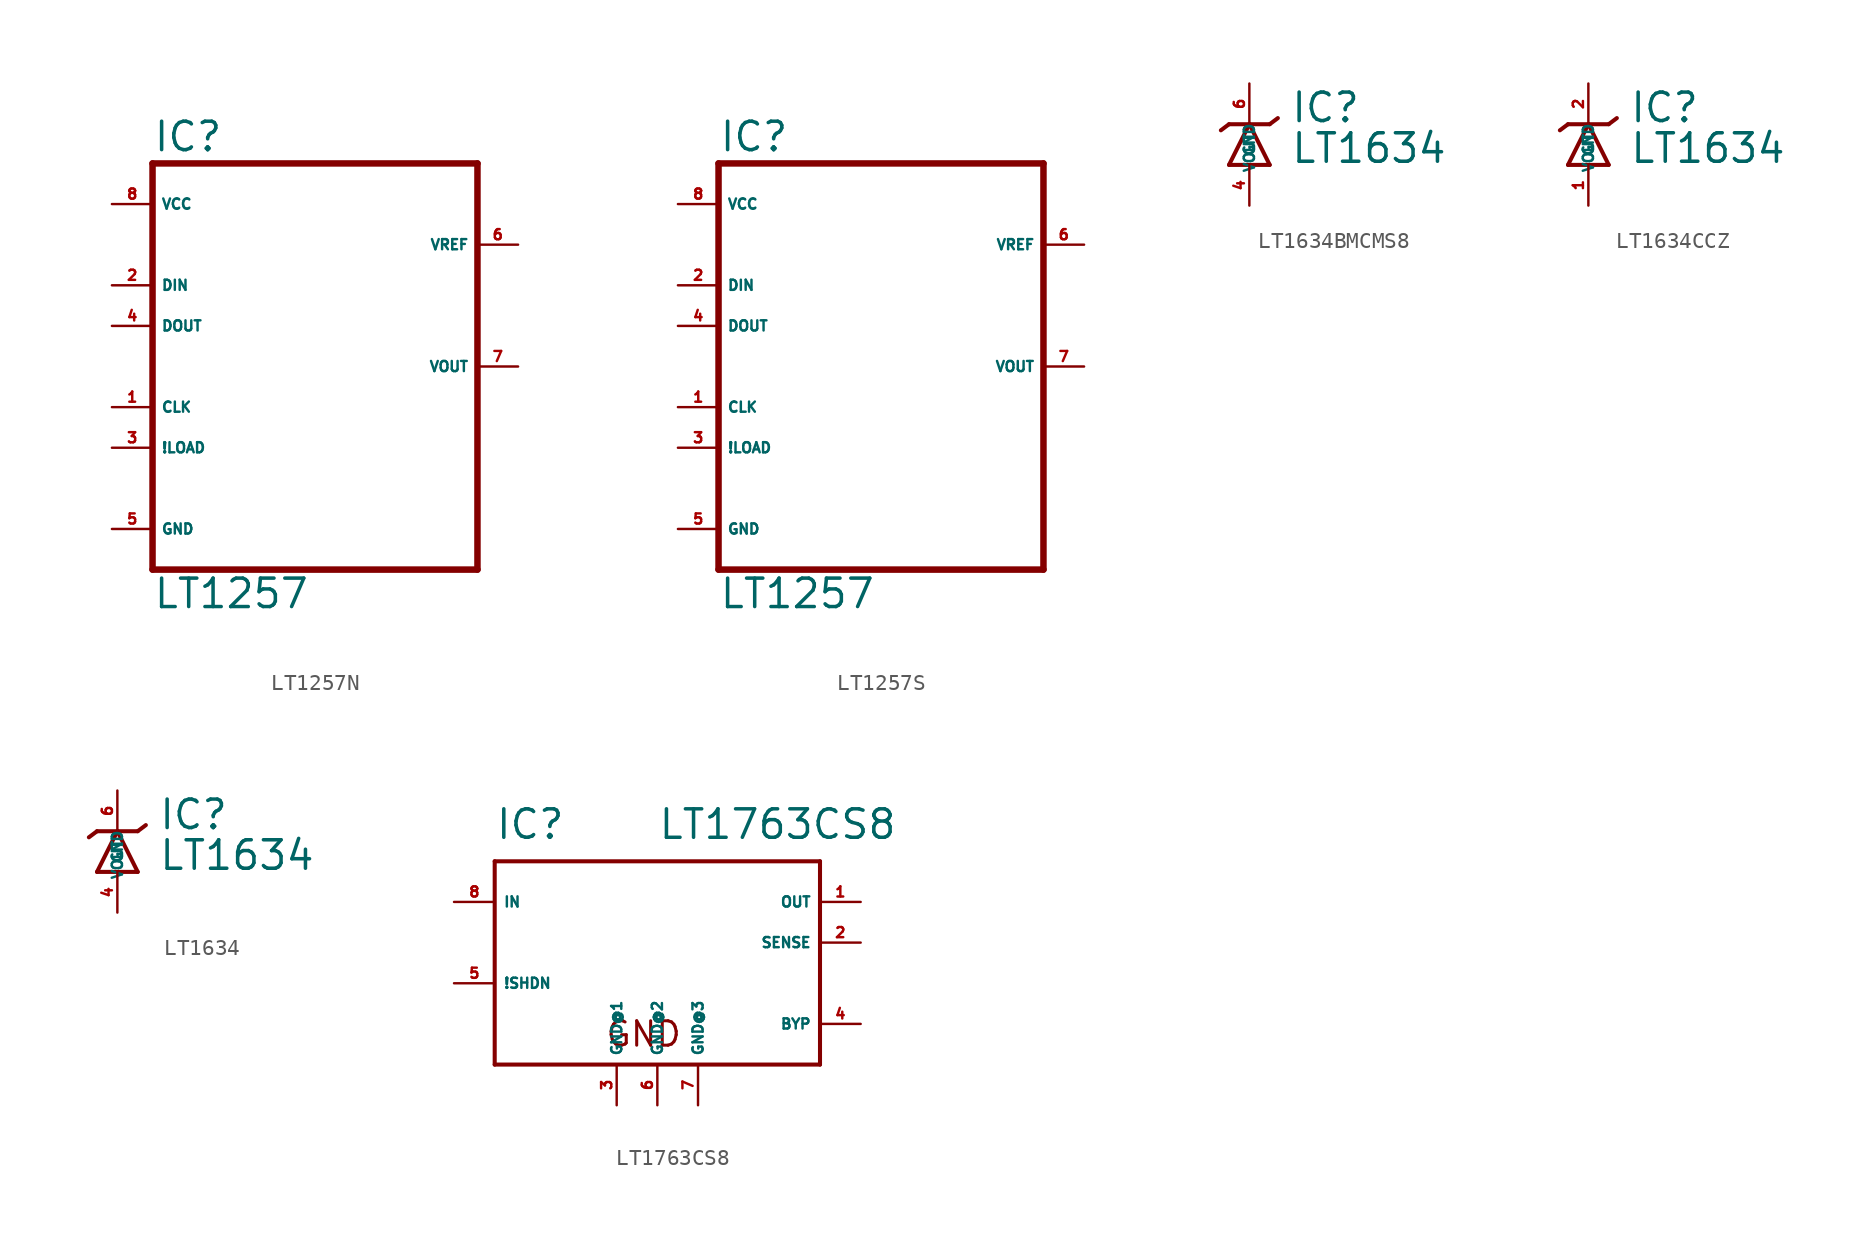
<source format=kicad_sym>
(kicad_symbol_lib
  (version 20220914)
  (generator Eagle2Kicad)
  (symbol "LT1257N"
    (property "Reference" "IC"
      (at -10.16 13.335 0)
      (effects (font (size 1.778 1.778) (thickness 0.22)) (justify left bottom)))
    (property "Value" "LT1257"
      (at -10.16 -15.24 0)
      (effects (font (size 1.778 1.778) (thickness 0.22)) (justify left bottom)))
    (polyline
      (pts (xy -10.16 -12.7) (xy 10.16 -12.7))
      (stroke (width 0.406) (type default))
      (fill (type none)))
    (polyline
      (pts (xy 10.16 -12.7) (xy 10.16 12.7))
      (stroke (width 0.406) (type default))
      (fill (type none)))
    (polyline
      (pts (xy 10.16 12.7) (xy -10.16 12.7))
      (stroke (width 0.406) (type default))
      (fill (type none)))
    (polyline
      (pts (xy -10.16 12.7) (xy -10.16 -12.7))
      (stroke (width 0.406) (type default))
      (fill (type none)))
    (pin output line
      (at -12.7 2.54 0)
      (length 2.54)
      (name "DOUT" (effects (font (size 0.635 0.635) (thickness 0.08)) (justify left bottom)))
      (number "4" (effects (font (size 0.635 0.635) (thickness 0.08)) (justify left bottom))))
    (pin output line
      (at 12.7 0 180)
      (length 2.54)
      (name "VOUT" (effects (font (size 0.635 0.635) (thickness 0.08)) (justify left bottom)))
      (number "7" (effects (font (size 0.635 0.635) (thickness 0.08)) (justify left bottom))))
    (pin input line
      (at -12.7 5.08 0)
      (length 2.54)
      (name "DIN" (effects (font (size 0.635 0.635) (thickness 0.08)) (justify left bottom)))
      (number "2" (effects (font (size 0.635 0.635) (thickness 0.08)) (justify left bottom))))
    (pin input line
      (at 12.7 7.62 180)
      (length 2.54)
      (name "VREF" (effects (font (size 0.635 0.635) (thickness 0.08)) (justify left bottom)))
      (number "6" (effects (font (size 0.635 0.635) (thickness 0.08)) (justify left bottom))))
    (pin unspecified line
      (at -12.7 -10.16 0)
      (length 2.54)
      (name "GND" (effects (font (size 0.635 0.635) (thickness 0.08)) (justify left bottom)))
      (number "5" (effects (font (size 0.635 0.635) (thickness 0.08)) (justify left bottom))))
    (pin unspecified line
      (at -12.7 10.16 0)
      (length 2.54)
      (name "VCC" (effects (font (size 0.635 0.635) (thickness 0.08)) (justify left bottom)))
      (number "8" (effects (font (size 0.635 0.635) (thickness 0.08)) (justify left bottom))))
    (pin input line
      (at -12.7 -2.54 0)
      (length 2.54)
      (name "CLK" (effects (font (size 0.635 0.635) (thickness 0.08)) (justify left bottom)))
      (number "1" (effects (font (size 0.635 0.635) (thickness 0.08)) (justify left bottom))))
    (pin input line
      (at -12.7 -5.08 0)
      (length 2.54)
      (name "!LOAD" (effects (font (size 0.635 0.635) (thickness 0.08)) (justify left bottom)))
      (number "3" (effects (font (size 0.635 0.635) (thickness 0.08)) (justify left bottom)))))
  (symbol "LT1257S"
    (property "Reference" "IC"
      (at -10.16 13.335 0)
      (effects (font (size 1.778 1.778) (thickness 0.22)) (justify left bottom)))
    (property "Value" "LT1257"
      (at -10.16 -15.24 0)
      (effects (font (size 1.778 1.778) (thickness 0.22)) (justify left bottom)))
    (polyline
      (pts (xy -10.16 -12.7) (xy 10.16 -12.7))
      (stroke (width 0.406) (type default))
      (fill (type none)))
    (polyline
      (pts (xy 10.16 -12.7) (xy 10.16 12.7))
      (stroke (width 0.406) (type default))
      (fill (type none)))
    (polyline
      (pts (xy 10.16 12.7) (xy -10.16 12.7))
      (stroke (width 0.406) (type default))
      (fill (type none)))
    (polyline
      (pts (xy -10.16 12.7) (xy -10.16 -12.7))
      (stroke (width 0.406) (type default))
      (fill (type none)))
    (pin output line
      (at -12.7 2.54 0)
      (length 2.54)
      (name "DOUT" (effects (font (size 0.635 0.635) (thickness 0.08)) (justify left bottom)))
      (number "4" (effects (font (size 0.635 0.635) (thickness 0.08)) (justify left bottom))))
    (pin output line
      (at 12.7 0 180)
      (length 2.54)
      (name "VOUT" (effects (font (size 0.635 0.635) (thickness 0.08)) (justify left bottom)))
      (number "7" (effects (font (size 0.635 0.635) (thickness 0.08)) (justify left bottom))))
    (pin input line
      (at -12.7 5.08 0)
      (length 2.54)
      (name "DIN" (effects (font (size 0.635 0.635) (thickness 0.08)) (justify left bottom)))
      (number "2" (effects (font (size 0.635 0.635) (thickness 0.08)) (justify left bottom))))
    (pin input line
      (at 12.7 7.62 180)
      (length 2.54)
      (name "VREF" (effects (font (size 0.635 0.635) (thickness 0.08)) (justify left bottom)))
      (number "6" (effects (font (size 0.635 0.635) (thickness 0.08)) (justify left bottom))))
    (pin unspecified line
      (at -12.7 -10.16 0)
      (length 2.54)
      (name "GND" (effects (font (size 0.635 0.635) (thickness 0.08)) (justify left bottom)))
      (number "5" (effects (font (size 0.635 0.635) (thickness 0.08)) (justify left bottom))))
    (pin unspecified line
      (at -12.7 10.16 0)
      (length 2.54)
      (name "VCC" (effects (font (size 0.635 0.635) (thickness 0.08)) (justify left bottom)))
      (number "8" (effects (font (size 0.635 0.635) (thickness 0.08)) (justify left bottom))))
    (pin input line
      (at -12.7 -2.54 0)
      (length 2.54)
      (name "CLK" (effects (font (size 0.635 0.635) (thickness 0.08)) (justify left bottom)))
      (number "1" (effects (font (size 0.635 0.635) (thickness 0.08)) (justify left bottom))))
    (pin input line
      (at -12.7 -5.08 0)
      (length 2.54)
      (name "!LOAD" (effects (font (size 0.635 0.635) (thickness 0.08)) (justify left bottom)))
      (number "3" (effects (font (size 0.635 0.635) (thickness 0.08)) (justify left bottom)))))
  (symbol "LT1634BMCMS8"
    (property "Reference" "IC"
      (at 2.54 2.54 0)
      (effects (font (size 1.778 1.778) (thickness 0.22)) (justify left bottom)))
    (property "Value" "LT1634"
      (at 2.54 0 0)
      (effects (font (size 1.778 1.778) (thickness 0.22)) (justify left bottom)))
    (polyline
      (pts (xy 1.27 0) (xy 0 2.54))
      (stroke (width 0.254) (type default))
      (fill (type none)))
    (polyline
      (pts (xy 0 2.54) (xy -1.27 0))
      (stroke (width 0.254) (type default))
      (fill (type none)))
    (polyline
      (pts (xy -1.778 2.159) (xy -1.27 2.54))
      (stroke (width 0.254) (type default))
      (fill (type none)))
    (polyline
      (pts (xy -1.27 2.54) (xy 0 2.54))
      (stroke (width 0.254) (type default))
      (fill (type none)))
    (polyline
      (pts (xy -1.27 0) (xy 1.27 0))
      (stroke (width 0.254) (type default))
      (fill (type none)))
    (polyline
      (pts (xy 0 2.54) (xy 1.27 2.54))
      (stroke (width 0.254) (type default))
      (fill (type none)))
    (polyline
      (pts (xy 1.27 2.54) (xy 1.778 2.921))
      (stroke (width 0.254) (type default))
      (fill (type none)))
    (pin passive line
      (at 0 -2.54 90)
      (length 2.54)
      (name "GND" (effects (font (size 0.635 0.635) (thickness 0.08)) (justify left bottom)))
      (number "4" (effects (font (size 0.635 0.635) (thickness 0.08)) (justify left bottom))))
    (pin passive line
      (at 0 5.08 270)
      (length 2.54)
      (name "VOUT" (effects (font (size 0.635 0.635) (thickness 0.08)) (justify left bottom)))
      (number "6" (effects (font (size 0.635 0.635) (thickness 0.08)) (justify left bottom)))))
  (symbol "LT1634CCZ"
    (property "Reference" "IC"
      (at 2.54 2.54 0)
      (effects (font (size 1.778 1.778) (thickness 0.22)) (justify left bottom)))
    (property "Value" "LT1634"
      (at 2.54 0 0)
      (effects (font (size 1.778 1.778) (thickness 0.22)) (justify left bottom)))
    (polyline
      (pts (xy 1.27 0) (xy 0 2.54))
      (stroke (width 0.254) (type default))
      (fill (type none)))
    (polyline
      (pts (xy 0 2.54) (xy -1.27 0))
      (stroke (width 0.254) (type default))
      (fill (type none)))
    (polyline
      (pts (xy -1.778 2.159) (xy -1.27 2.54))
      (stroke (width 0.254) (type default))
      (fill (type none)))
    (polyline
      (pts (xy -1.27 2.54) (xy 0 2.54))
      (stroke (width 0.254) (type default))
      (fill (type none)))
    (polyline
      (pts (xy -1.27 0) (xy 1.27 0))
      (stroke (width 0.254) (type default))
      (fill (type none)))
    (polyline
      (pts (xy 0 2.54) (xy 1.27 2.54))
      (stroke (width 0.254) (type default))
      (fill (type none)))
    (polyline
      (pts (xy 1.27 2.54) (xy 1.778 2.921))
      (stroke (width 0.254) (type default))
      (fill (type none)))
    (pin passive line
      (at 0 -2.54 90)
      (length 2.54)
      (name "GND" (effects (font (size 0.635 0.635) (thickness 0.08)) (justify left bottom)))
      (number "1" (effects (font (size 0.635 0.635) (thickness 0.08)) (justify left bottom))))
    (pin passive line
      (at 0 5.08 270)
      (length 2.54)
      (name "VOUT" (effects (font (size 0.635 0.635) (thickness 0.08)) (justify left bottom)))
      (number "2" (effects (font (size 0.635 0.635) (thickness 0.08)) (justify left bottom)))))
  (symbol "LT1634"
    (property "Reference" "IC"
      (at 2.54 2.54 0)
      (effects (font (size 1.778 1.778) (thickness 0.22)) (justify left bottom)))
    (property "Value" "LT1634"
      (at 2.54 0 0)
      (effects (font (size 1.778 1.778) (thickness 0.22)) (justify left bottom)))
    (polyline
      (pts (xy 1.27 0) (xy 0 2.54))
      (stroke (width 0.254) (type default))
      (fill (type none)))
    (polyline
      (pts (xy 0 2.54) (xy -1.27 0))
      (stroke (width 0.254) (type default))
      (fill (type none)))
    (polyline
      (pts (xy -1.778 2.159) (xy -1.27 2.54))
      (stroke (width 0.254) (type default))
      (fill (type none)))
    (polyline
      (pts (xy -1.27 2.54) (xy 0 2.54))
      (stroke (width 0.254) (type default))
      (fill (type none)))
    (polyline
      (pts (xy -1.27 0) (xy 1.27 0))
      (stroke (width 0.254) (type default))
      (fill (type none)))
    (polyline
      (pts (xy 0 2.54) (xy 1.27 2.54))
      (stroke (width 0.254) (type default))
      (fill (type none)))
    (polyline
      (pts (xy 1.27 2.54) (xy 1.778 2.921))
      (stroke (width 0.254) (type default))
      (fill (type none)))
    (pin passive line
      (at 0 -2.54 90)
      (length 2.54)
      (name "GND" (effects (font (size 0.635 0.635) (thickness 0.08)) (justify left bottom)))
      (number "4" (effects (font (size 0.635 0.635) (thickness 0.08)) (justify left bottom))))
    (pin passive line
      (at 0 5.08 270)
      (length 2.54)
      (name "VOUT" (effects (font (size 0.635 0.635) (thickness 0.08)) (justify left bottom)))
      (number "6" (effects (font (size 0.635 0.635) (thickness 0.08)) (justify left bottom)))))
  (symbol "LT1763CS8"
    (property "Reference" "IC"
      (at -10.16 6.35 0)
      (effects (font (size 1.778 1.778) (thickness 0.22)) (justify left bottom)))
    (property "Value" "LT1763CS8"
      (at 0 6.35 0)
      (effects (font (size 1.778 1.778) (thickness 0.22)) (justify left bottom)))
    (polyline
      (pts (xy -10.16 5.08) (xy 10.16 5.08))
      (stroke (width 0.254) (type default))
      (fill (type none)))
    (polyline
      (pts (xy 10.16 5.08) (xy 10.16 -7.62))
      (stroke (width 0.254) (type default))
      (fill (type none)))
    (polyline
      (pts (xy 10.16 -7.62) (xy -10.16 -7.62))
      (stroke (width 0.254) (type default))
      (fill (type none)))
    (polyline
      (pts (xy -10.16 -7.62) (xy -10.16 5.08))
      (stroke (width 0.254) (type default))
      (fill (type none)))
    (text "GND"
      (at -3.302 -6.604 0)
      (effects (font (size 1.524 1.524) (thickness 0.19)) (justify left bottom)))
    (pin input line
      (at -12.7 2.54 0)
      (length 2.54)
      (name "IN" (effects (font (size 0.635 0.635) (thickness 0.08)) (justify left bottom)))
      (number "8" (effects (font (size 0.635 0.635) (thickness 0.08)) (justify left bottom))))
    (pin passive line
      (at 12.7 2.54 180)
      (length 2.54)
      (name "OUT" (effects (font (size 0.635 0.635) (thickness 0.08)) (justify left bottom)))
      (number "1" (effects (font (size 0.635 0.635) (thickness 0.08)) (justify left bottom))))
    (pin input line
      (at -12.7 -2.54 0)
      (length 2.54)
      (name "!SHDN" (effects (font (size 0.635 0.635) (thickness 0.08)) (justify left bottom)))
      (number "5" (effects (font (size 0.635 0.635) (thickness 0.08)) (justify left bottom))))
    (pin input line
      (at 12.7 0 180)
      (length 2.54)
      (name "SENSE" (effects (font (size 0.635 0.635) (thickness 0.08)) (justify left bottom)))
      (number "2" (effects (font (size 0.635 0.635) (thickness 0.08)) (justify left bottom))))
    (pin unspecified line
      (at -2.54 -10.16 90)
      (length 2.54)
      (name "GND@1" (effects (font (size 0.635 0.635) (thickness 0.08)) (justify left bottom)))
      (number "3" (effects (font (size 0.635 0.635) (thickness 0.08)) (justify left bottom))))
    (pin unspecified line
      (at 0 -10.16 90)
      (length 2.54)
      (name "GND@2" (effects (font (size 0.635 0.635) (thickness 0.08)) (justify left bottom)))
      (number "6" (effects (font (size 0.635 0.635) (thickness 0.08)) (justify left bottom))))
    (pin unspecified line
      (at 2.54 -10.16 90)
      (length 2.54)
      (name "GND@3" (effects (font (size 0.635 0.635) (thickness 0.08)) (justify left bottom)))
      (number "7" (effects (font (size 0.635 0.635) (thickness 0.08)) (justify left bottom))))
    (pin input line
      (at 12.7 -5.08 180)
      (length 2.54)
      (name "BYP" (effects (font (size 0.635 0.635) (thickness 0.08)) (justify left bottom)))
      (number "4" (effects (font (size 0.635 0.635) (thickness 0.08)) (justify left bottom))))))
</source>
